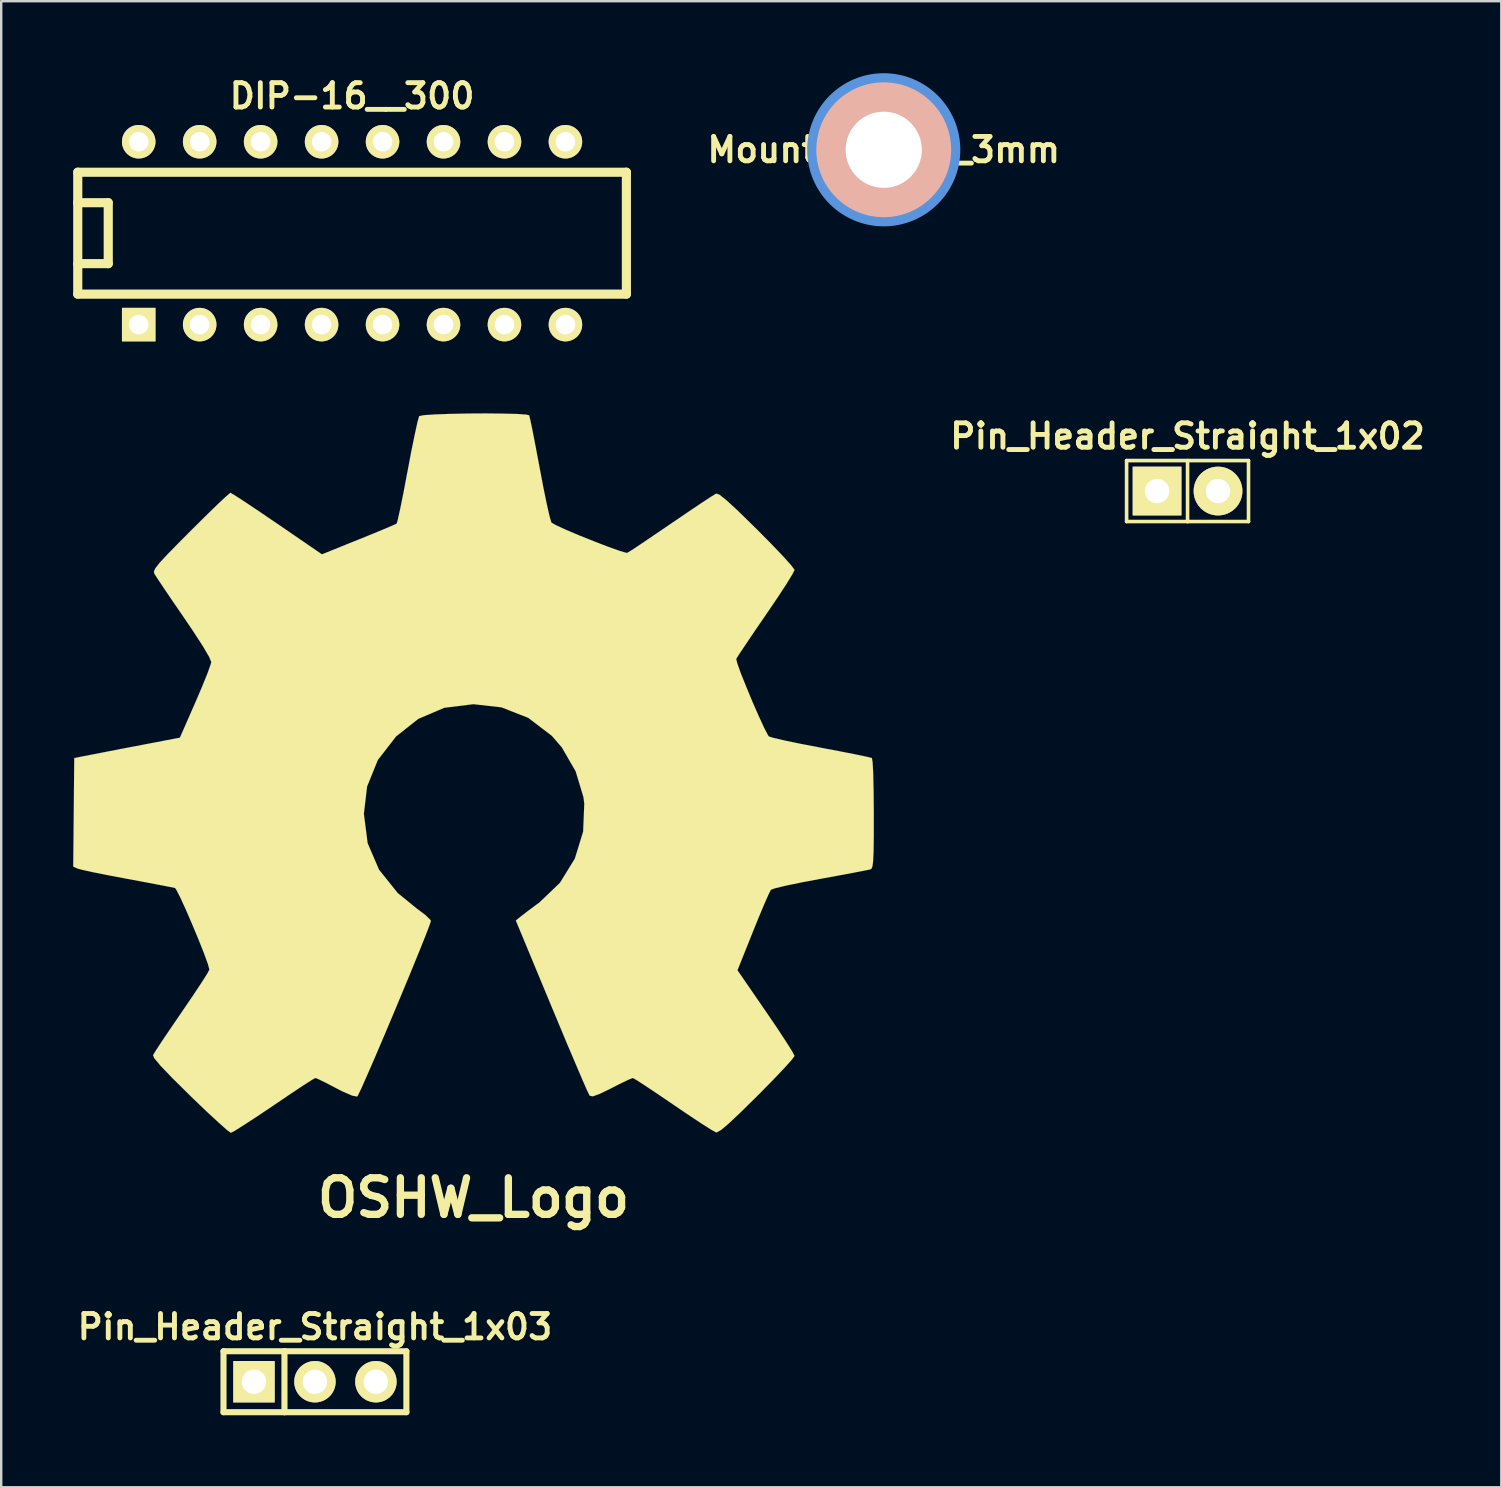
<source format=kicad_pcb>
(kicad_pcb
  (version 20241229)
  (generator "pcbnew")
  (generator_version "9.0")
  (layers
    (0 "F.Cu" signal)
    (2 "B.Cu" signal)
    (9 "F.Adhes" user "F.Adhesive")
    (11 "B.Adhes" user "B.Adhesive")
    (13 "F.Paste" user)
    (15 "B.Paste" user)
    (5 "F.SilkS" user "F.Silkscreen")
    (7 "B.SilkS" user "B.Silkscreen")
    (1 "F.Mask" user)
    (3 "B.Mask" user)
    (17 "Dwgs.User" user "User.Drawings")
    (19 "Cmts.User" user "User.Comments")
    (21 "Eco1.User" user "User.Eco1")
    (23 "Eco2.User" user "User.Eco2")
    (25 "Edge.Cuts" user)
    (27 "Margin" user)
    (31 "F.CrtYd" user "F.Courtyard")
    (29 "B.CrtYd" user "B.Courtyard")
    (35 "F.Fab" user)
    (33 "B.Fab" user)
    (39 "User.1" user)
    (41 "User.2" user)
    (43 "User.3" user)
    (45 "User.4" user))
  (footprint "OSHW_Logo"
    (layer "F.Cu")
    (at 16.681 29.167)
    (property "Reference" "OSHW_Logo" (at 0 17.694 0) (layer "F.SilkS") (effects (font (size 1.524 1.524) (thickness 0.305))))
    (attr through_hole)
    (fp_poly (pts (xy -10.114 14.986) (xy -9.939 14.895) (xy -9.548 14.648) (xy -8.992 14.285) (xy -8.334 13.843) (xy -7.673 13.396) (xy -7.13 13.033) (xy -6.749 12.789) (xy -6.591 12.7) (xy -6.505 12.73) (xy -6.19 12.883) (xy -5.735 13.119) (xy -5.471 13.256) (xy -5.052 13.437) (xy -4.846 13.475) (xy -4.811 13.416) (xy -4.658 13.096) (xy -4.417 12.55) (xy -4.102 11.826) (xy -3.741 10.98) (xy -3.355 10.066) (xy -2.967 9.136) (xy -2.598 8.247) (xy -2.273 7.45) (xy -2.012 6.8) (xy -1.839 6.35) (xy -1.775 6.154) (xy -1.796 6.114) (xy -2.004 5.911) (xy -2.37 5.636) (xy -3.157 4.996) (xy -3.937 4.023) (xy -4.412 2.918) (xy -4.569 1.692) (xy -4.435 0.554) (xy -3.988 -0.549) (xy -3.226 -1.532) (xy -2.301 -2.263) (xy -1.219 -2.725) (xy -0.005 -2.875) (xy 1.166 -2.743) (xy 2.283 -2.304) (xy 3.266 -1.554) (xy 3.68 -1.074) (xy 4.255 -0.079) (xy 4.58 0.996) (xy 4.615 1.27) (xy 4.567 2.438) (xy 4.221 3.561) (xy 3.602 4.567) (xy 2.743 5.39) (xy 2.637 5.466) (xy 2.238 5.763) (xy 1.971 5.969) (xy 1.763 6.139) (xy 3.254 9.731) (xy 3.493 10.302) (xy 3.901 11.283) (xy 4.262 12.129) (xy 4.549 12.802) (xy 4.747 13.251) (xy 4.836 13.432) (xy 4.846 13.442) (xy 4.976 13.465) (xy 5.253 13.365) (xy 5.751 13.122) (xy 6.083 12.951) (xy 6.464 12.769) (xy 6.637 12.7) (xy 6.779 12.779) (xy 7.148 13.018) (xy 7.681 13.373) (xy 8.324 13.81) (xy 8.933 14.224) (xy 9.497 14.597) (xy 9.909 14.859) (xy 10.104 14.966) (xy 10.137 14.966) (xy 10.315 14.867) (xy 10.635 14.597) (xy 11.125 14.135) (xy 11.819 13.452) (xy 11.923 13.348) (xy 12.492 12.769) (xy 12.954 12.283) (xy 13.264 11.938) (xy 13.376 11.781) (xy 13.376 11.778) (xy 13.274 11.585) (xy 13.015 11.176) (xy 12.642 10.607) (xy 12.187 9.939) (xy 10.998 8.212) (xy 11.651 6.581) (xy 11.852 6.083) (xy 12.106 5.476) (xy 12.296 5.044) (xy 12.393 4.856) (xy 12.57 4.793) (xy 13.018 4.686) (xy 13.663 4.552) (xy 14.435 4.407) (xy 15.169 4.272) (xy 15.834 4.148) (xy 16.314 4.054) (xy 16.53 4.011) (xy 16.581 3.98) (xy 16.624 3.876) (xy 16.652 3.65) (xy 16.67 3.246) (xy 16.678 2.611) (xy 16.678 1.692) (xy 16.678 1.593) (xy 16.67 0.714) (xy 16.655 0.015) (xy 16.629 -0.45) (xy 16.599 -0.63) (xy 16.596 -0.632) (xy 16.391 -0.683) (xy 15.921 -0.782) (xy 15.258 -0.912) (xy 14.465 -1.062) (xy 14.417 -1.072) (xy 13.627 -1.224) (xy 12.967 -1.361) (xy 12.504 -1.468) (xy 12.309 -1.529) (xy 12.268 -1.585) (xy 12.108 -1.892) (xy 11.882 -2.383) (xy 11.62 -2.979) (xy 11.364 -3.599) (xy 11.14 -4.155) (xy 10.991 -4.572) (xy 10.945 -4.76) (xy 10.947 -4.765) (xy 11.067 -4.956) (xy 11.339 -5.362) (xy 11.722 -5.931) (xy 12.182 -6.601) (xy 12.217 -6.652) (xy 12.67 -7.32) (xy 13.038 -7.882) (xy 13.284 -8.285) (xy 13.376 -8.466) (xy 13.373 -8.479) (xy 13.223 -8.677) (xy 12.883 -9.055) (xy 12.398 -9.563) (xy 11.814 -10.152) (xy 11.628 -10.335) (xy 10.98 -10.968) (xy 10.528 -11.382) (xy 10.249 -11.603) (xy 10.114 -11.651) (xy 10.109 -11.648) (xy 9.909 -11.527) (xy 9.489 -11.252) (xy 8.915 -10.866) (xy 8.24 -10.406) (xy 8.191 -10.373) (xy 7.526 -9.921) (xy 6.97 -9.545) (xy 6.576 -9.284) (xy 6.403 -9.18) (xy 6.373 -9.18) (xy 6.101 -9.258) (xy 5.629 -9.426) (xy 5.044 -9.652) (xy 4.427 -9.898) (xy 3.868 -10.135) (xy 3.447 -10.328) (xy 3.249 -10.439) (xy 3.244 -10.45) (xy 3.172 -10.688) (xy 3.058 -11.186) (xy 2.916 -11.874) (xy 2.761 -12.69) (xy 2.736 -12.822) (xy 2.586 -13.617) (xy 2.459 -14.272) (xy 2.365 -14.727) (xy 2.319 -14.912) (xy 2.207 -14.94) (xy 1.816 -14.968) (xy 1.224 -14.983) (xy 0.508 -14.991) (xy -0.257 -14.986) (xy -0.993 -14.971) (xy -1.623 -14.948) (xy -2.073 -14.917) (xy -2.261 -14.879) (xy -2.268 -14.869) (xy -2.337 -14.623) (xy -2.446 -14.122) (xy -2.588 -13.432) (xy -2.743 -12.614) (xy -2.771 -12.469) (xy -2.921 -11.676) (xy -3.053 -11.026) (xy -3.15 -10.579) (xy -3.2 -10.404) (xy -3.272 -10.366) (xy -3.599 -10.223) (xy -4.13 -10.003) (xy -4.788 -9.736) (xy -6.317 -9.119) (xy -8.186 -10.401) (xy -8.359 -10.518) (xy -9.032 -10.975) (xy -9.586 -11.344) (xy -9.972 -11.593) (xy -10.13 -11.684) (xy -10.142 -11.676) (xy -10.33 -11.514) (xy -10.701 -11.166) (xy -11.206 -10.673) (xy -11.798 -10.086) (xy -12.233 -9.649) (xy -12.748 -9.124) (xy -13.076 -8.771) (xy -13.254 -8.545) (xy -13.317 -8.407) (xy -13.302 -8.316) (xy -13.18 -8.125) (xy -12.906 -7.714) (xy -12.52 -7.145) (xy -12.065 -6.482) (xy -11.692 -5.931) (xy -11.283 -5.301) (xy -11.019 -4.851) (xy -10.927 -4.633) (xy -10.95 -4.542) (xy -11.079 -4.176) (xy -11.303 -3.622) (xy -11.585 -2.962) (xy -12.235 -1.481) (xy -13.208 -1.293) (xy -13.795 -1.181) (xy -14.618 -1.024) (xy -15.408 -0.871) (xy -16.637 -0.632) (xy -16.68 3.896) (xy -16.49 3.978) (xy -16.309 4.026) (xy -15.852 4.128) (xy -15.202 4.257) (xy -14.435 4.402) (xy -13.78 4.524) (xy -13.122 4.648) (xy -12.649 4.74) (xy -12.438 4.785) (xy -12.385 4.856) (xy -12.22 5.177) (xy -11.989 5.682) (xy -11.725 6.292) (xy -11.46 6.927) (xy -11.229 7.508) (xy -11.067 7.953) (xy -11.006 8.184) (xy -11.097 8.357) (xy -11.344 8.745) (xy -11.709 9.296) (xy -12.156 9.952) (xy -12.603 10.607) (xy -12.982 11.166) (xy -13.246 11.57) (xy -13.355 11.753) (xy -13.302 11.877) (xy -13.038 12.195) (xy -12.545 12.708) (xy -11.811 13.434) (xy -11.692 13.551) (xy -11.105 14.112) (xy -10.612 14.567) (xy -10.267 14.874) (xy -10.114 14.986)) (stroke (width 0.003) (type solid)) (fill yes) (layer "F.SilkS")))
  (footprint "MountingHole_3mm"
    (layer "F.Cu")
    (at 33.774 3.191)
    (property "Reference" "MountingHole_3mm" (at 0 0 0) (layer "F.SilkS") (effects (font (size 1.016 1.016) (thickness 0.203))))
    (attr through_hole)
    (fp_circle (center 0 0) (end 3 0) (stroke (width 0.381) (type solid)) (fill no) (layer "Cmts.User"))
    (pad "1" thru_hole circle (at 0 0) (size 6 6) (drill 3.175) (layers "*.Cu" "*.SilkS" "*.Mask")))
  (footprint "Pin_Header_Straight_1x03"
    (layer "F.Cu")
    (at 10.073 54.524)
    (property "Reference" "Pin_Header_Straight_1x03" (at 0 -2.286 0) (layer "F.SilkS") (effects (font (size 1.016 1.016) (thickness 0.203))))
    (attr through_hole)
    (fp_line (start -3.81 -1.27) (end -3.81 1.27) (stroke (width 0.254) (type solid)) (layer "F.SilkS"))
    (fp_line (start -3.81 -1.27) (end -1.27 -1.27) (stroke (width 0.254) (type solid)) (layer "F.SilkS"))
    (fp_line (start -3.81 1.27) (end -1.27 1.27) (stroke (width 0.254) (type solid)) (layer "F.SilkS"))
    (fp_line (start -1.27 -1.27) (end -1.27 1.27) (stroke (width 0.254) (type solid)) (layer "F.SilkS"))
    (fp_line (start -1.27 1.27) (end 3.81 1.27) (stroke (width 0.254) (type solid)) (layer "F.SilkS"))
    (fp_line (start 3.81 -1.27) (end -1.27 -1.27) (stroke (width 0.254) (type solid)) (layer "F.SilkS"))
    (fp_line (start 3.81 1.27) (end 3.81 -1.27) (stroke (width 0.254) (type solid)) (layer "F.SilkS"))
    (pad "1" thru_hole rect (at -2.54 0) (size 1.727 1.727) (drill 1.016) (layers "*.Cu" "*.Mask" "F.SilkS"))
    (pad "2" thru_hole circle (at 0 0) (size 1.727 1.727) (drill 1.016) (layers "*.Cu" "*.Mask" "F.SilkS"))
    (pad "3" thru_hole circle (at 2.54 0) (size 1.727 1.727) (drill 1.016) (layers "*.Cu" "*.Mask" "F.SilkS")))
  (footprint "Pin_Header_Straight_1x02"
    (layer "F.Cu")
    (at 46.433 17.411)
    (property "Reference" "Pin_Header_Straight_1x02" (at 0 -2.286 0) (layer "F.SilkS") (effects (font (size 1.016 1.016) (thickness 0.203))))
    (attr through_hole)
    (fp_line (start -2.54 -1.27) (end -2.54 1.27) (stroke (width 0.15) (type solid)) (layer "F.SilkS"))
    (fp_line (start -2.54 1.27) (end 0 1.27) (stroke (width 0.15) (type solid)) (layer "F.SilkS"))
    (fp_line (start 0 -1.27) (end 0 1.27) (stroke (width 0.15) (type solid)) (layer "F.SilkS"))
    (fp_line (start 0 1.27) (end 2.54 1.27) (stroke (width 0.15) (type solid)) (layer "F.SilkS"))
    (fp_line (start 2.54 -1.27) (end -2.54 -1.27) (stroke (width 0.15) (type solid)) (layer "F.SilkS"))
    (fp_line (start 2.54 1.27) (end 2.54 -1.27) (stroke (width 0.15) (type solid)) (layer "F.SilkS"))
    (pad "1" thru_hole rect (at -1.27 0) (size 2.032 2.032) (drill 1.016) (layers "*.Cu" "*.Mask" "F.SilkS"))
    (pad "2" thru_hole oval (at 1.27 0) (size 2.032 2.032) (drill 1.016) (layers "*.Cu" "*.Mask" "F.SilkS")))
  (footprint "DIP-16__300"
    (layer "F.Cu")
    (at 11.62 6.666)
    (property "Reference" "DIP-16__300" (at 0 -5.715 0) (layer "F.SilkS") (effects (font (size 1.016 1.016) (thickness 0.203))))
    (attr through_hole)
    (fp_line (start -11.43 -2.54) (end 11.43 -2.54) (stroke (width 0.381) (type solid)) (layer "F.SilkS"))
    (fp_line (start -11.43 -1.27) (end -11.43 -1.27) (stroke (width 0.381) (type solid)) (layer "F.SilkS"))
    (fp_line (start -11.43 -1.27) (end -10.16 -1.27) (stroke (width 0.381) (type solid)) (layer "F.SilkS"))
    (fp_line (start -11.43 2.54) (end -11.43 -2.54) (stroke (width 0.381) (type solid)) (layer "F.SilkS"))
    (fp_line (start -10.16 -1.27) (end -10.16 1.27) (stroke (width 0.381) (type solid)) (layer "F.SilkS"))
    (fp_line (start -10.16 1.27) (end -11.43 1.27) (stroke (width 0.381) (type solid)) (layer "F.SilkS"))
    (fp_line (start 11.43 -2.54) (end 11.43 2.54) (stroke (width 0.381) (type solid)) (layer "F.SilkS"))
    (fp_line (start 11.43 2.54) (end -11.43 2.54) (stroke (width 0.381) (type solid)) (layer "F.SilkS"))
    (pad "1" thru_hole rect (at -8.89 3.81) (size 1.397 1.397) (drill 0.813) (layers "*.Cu" "*.Mask" "F.SilkS"))
    (pad "2" thru_hole circle (at -6.35 3.81) (size 1.397 1.397) (drill 0.813) (layers "*.Cu" "*.Mask" "F.SilkS"))
    (pad "3" thru_hole circle (at -3.81 3.81) (size 1.397 1.397) (drill 0.813) (layers "*.Cu" "*.Mask" "F.SilkS"))
    (pad "4" thru_hole circle (at -1.27 3.81) (size 1.397 1.397) (drill 0.813) (layers "*.Cu" "*.Mask" "F.SilkS"))
    (pad "5" thru_hole circle (at 1.27 3.81) (size 1.397 1.397) (drill 0.813) (layers "*.Cu" "*.Mask" "F.SilkS"))
    (pad "6" thru_hole circle (at 3.81 3.81) (size 1.397 1.397) (drill 0.813) (layers "*.Cu" "*.Mask" "F.SilkS"))
    (pad "7" thru_hole circle (at 6.35 3.81) (size 1.397 1.397) (drill 0.813) (layers "*.Cu" "*.Mask" "F.SilkS"))
    (pad "8" thru_hole circle (at 8.89 3.81) (size 1.397 1.397) (drill 0.813) (layers "*.Cu" "*.Mask" "F.SilkS"))
    (pad "9" thru_hole circle (at 8.89 -3.81) (size 1.397 1.397) (drill 0.813) (layers "*.Cu" "*.Mask" "F.SilkS"))
    (pad "10" thru_hole circle (at 6.35 -3.81) (size 1.397 1.397) (drill 0.813) (layers "*.Cu" "*.Mask" "F.SilkS"))
    (pad "11" thru_hole circle (at 3.81 -3.81) (size 1.397 1.397) (drill 0.813) (layers "*.Cu" "*.Mask" "F.SilkS"))
    (pad "12" thru_hole circle (at 1.27 -3.81) (size 1.397 1.397) (drill 0.813) (layers "*.Cu" "*.Mask" "F.SilkS"))
    (pad "13" thru_hole circle (at -1.27 -3.81) (size 1.397 1.397) (drill 0.813) (layers "*.Cu" "*.Mask" "F.SilkS"))
    (pad "14" thru_hole circle (at -3.81 -3.81) (size 1.397 1.397) (drill 0.813) (layers "*.Cu" "*.Mask" "F.SilkS"))
    (pad "15" thru_hole circle (at -6.35 -3.81) (size 1.397 1.397) (drill 0.813) (layers "*.Cu" "*.Mask" "F.SilkS"))
    (pad "16" thru_hole circle (at -8.89 -3.81) (size 1.397 1.397) (drill 0.813) (layers "*.Cu" "*.Mask" "F.SilkS")))
  (gr_rect
    (start -3 -3)
    (end 59.506 58.921)
    (stroke (width 0.1) (type default))
    (fill no)
    (layer "Edge.Cuts")))
</source>
